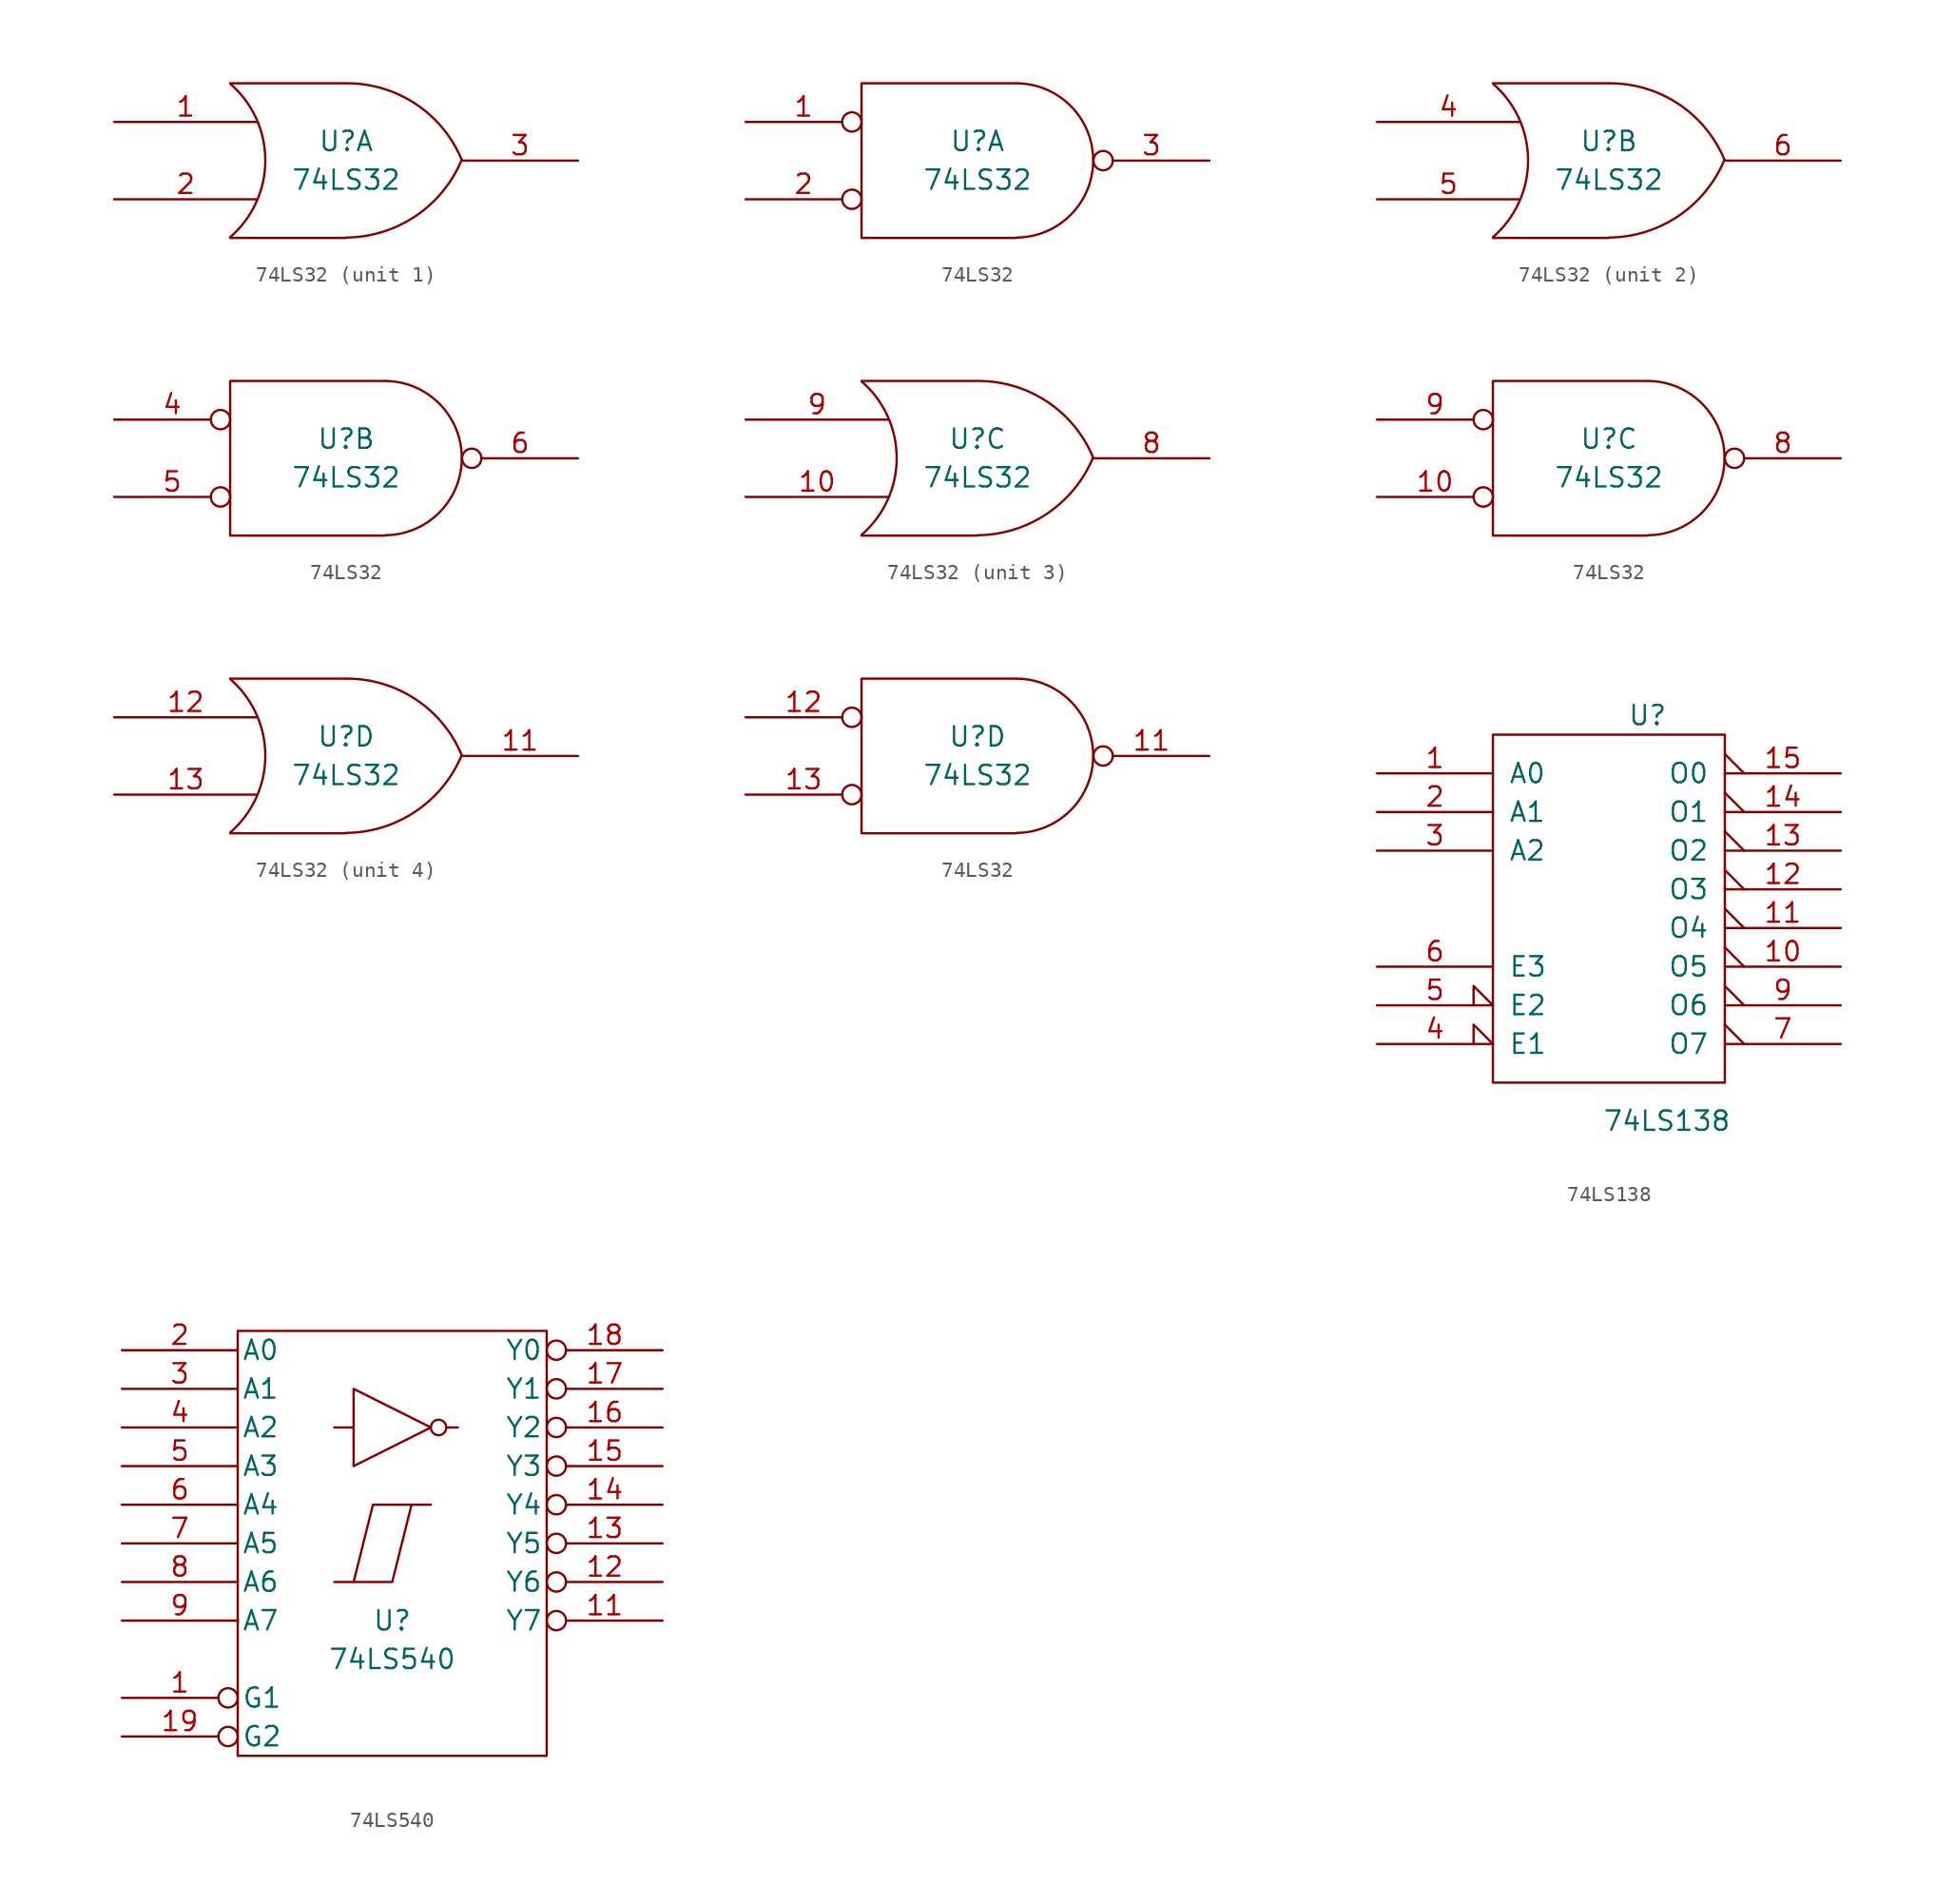
<source format=kicad_sym>
(kicad_symbol_lib
  (version 20220914)
  (generator kicad_symbol_editor)
  (symbol "74LS32"
    (pin_names
      (offset 0.762))
    (property "Reference" "U"
      (at 0 1.27 0)
      (effects (font (size 1.27 1.27))))
    (property "Value" "74LS32"
      (at 0 -1.27 0)
      (effects (font (size 1.27 1.27))))
    (property "Footprint" ""
      (at 0 0 0)
      (effects (font (size 1.27 1.27))))
    (property "Datasheet" ""
      (at 0 0 0)
      (effects (font (size 1.27 1.27))))
    (symbol "74LS32_0_0"
      (pin power_in line (at -5.08 5.08 90) (length 0) hide (name "VCC" (effects (font (size 1.016 1.016)))) (number "14" (effects (font (size 1.016 1.016)))))
      (pin power_in line (at -5.08 -5.08 90) (length 0) hide (name "GND" (effects (font (size 1.016 1.016)))) (number "7" (effects (font (size 1.016 1.016))))))
    (symbol "74LS32_0_1"
      (arc (start -7.62 -5.0292) (mid -5.3094 0.0082) (end -7.62 5.0546) (stroke (width 0) (type solid)) (fill (type none)))
      (arc (start 0 -5.0546) (mid 4.5632 -3.6449) (end 7.5946 0.0508) (stroke (width 0) (type solid)) (fill (type none)))
      (polyline (pts (xy -7.62 -5.08) (xy 0 -5.08)) (stroke (width 0) (type solid)) (fill (type none)))
      (polyline (pts (xy -7.62 5.08) (xy 0 5.08)) (stroke (width 0) (type solid)) (fill (type none)))
      (arc (start 7.62 0) (mid 4.6132 3.6946) (end 0.0508 5.08) (stroke (width 0) (type solid)) (fill (type none))))
    (symbol "74LS32_0_2"
      (polyline (pts (xy 2.54 5.08) (xy -7.62 5.08) (xy -7.62 -5.08) (xy 2.54 -5.08)) (stroke (width 0) (type solid)) (fill (type none)))
      (arc (start 2.5654 -5.0546) (mid 7.5947 0.0001) (end 2.5654 5.08) (stroke (width 0) (type solid)) (fill (type none))))
    (symbol "74LS32_1_1"
      (pin input line (at -15.24 2.54 0) (length 9.398) (name "~" (effects (font (size 1.27 1.27)))) (number "1" (effects (font (size 1.27 1.27)))))
      (pin input line (at -15.24 -2.54 0) (length 9.398) (name "~" (effects (font (size 1.27 1.27)))) (number "2" (effects (font (size 1.27 1.27)))))
      (pin output line (at 15.24 0 180) (length 7.62) (name "~" (effects (font (size 1.27 1.27)))) (number "3" (effects (font (size 1.27 1.27))))))
    (symbol "74LS32_1_2"
      (pin input inverted (at -15.24 2.54 0) (length 7.62) (name "~" (effects (font (size 1.27 1.27)))) (number "1" (effects (font (size 1.27 1.27)))))
      (pin input inverted (at -15.24 -2.54 0) (length 7.62) (name "~" (effects (font (size 1.27 1.27)))) (number "2" (effects (font (size 1.27 1.27)))))
      (pin output inverted (at 15.24 0 180) (length 7.62) (name "~" (effects (font (size 1.27 1.27)))) (number "3" (effects (font (size 1.27 1.27))))))
    (symbol "74LS32_2_1"
      (pin input line (at -15.24 2.54 0) (length 9.398) (name "~" (effects (font (size 1.27 1.27)))) (number "4" (effects (font (size 1.27 1.27)))))
      (pin input line (at -15.24 -2.54 0) (length 9.398) (name "~" (effects (font (size 1.27 1.27)))) (number "5" (effects (font (size 1.27 1.27)))))
      (pin output line (at 15.24 0 180) (length 7.62) (name "~" (effects (font (size 1.27 1.27)))) (number "6" (effects (font (size 1.27 1.27))))))
    (symbol "74LS32_2_2"
      (pin input inverted (at -15.24 2.54 0) (length 7.62) (name "~" (effects (font (size 1.27 1.27)))) (number "4" (effects (font (size 1.27 1.27)))))
      (pin input inverted (at -15.24 -2.54 0) (length 7.62) (name "~" (effects (font (size 1.27 1.27)))) (number "5" (effects (font (size 1.27 1.27)))))
      (pin output inverted (at 15.24 0 180) (length 7.62) (name "~" (effects (font (size 1.27 1.27)))) (number "6" (effects (font (size 1.27 1.27))))))
    (symbol "74LS32_3_1"
      (pin input line (at -15.24 -2.54 0) (length 9.398) (name "~" (effects (font (size 1.27 1.27)))) (number "10" (effects (font (size 1.27 1.27)))))
      (pin output line (at 15.24 0 180) (length 7.62) (name "~" (effects (font (size 1.27 1.27)))) (number "8" (effects (font (size 1.27 1.27)))))
      (pin input line (at -15.24 2.54 0) (length 9.398) (name "~" (effects (font (size 1.27 1.27)))) (number "9" (effects (font (size 1.27 1.27))))))
    (symbol "74LS32_3_2"
      (pin input inverted (at -15.24 -2.54 0) (length 7.62) (name "~" (effects (font (size 1.27 1.27)))) (number "10" (effects (font (size 1.27 1.27)))))
      (pin output inverted (at 15.24 0 180) (length 7.62) (name "~" (effects (font (size 1.27 1.27)))) (number "8" (effects (font (size 1.27 1.27)))))
      (pin input inverted (at -15.24 2.54 0) (length 7.62) (name "~" (effects (font (size 1.27 1.27)))) (number "9" (effects (font (size 1.27 1.27))))))
    (symbol "74LS32_4_1"
      (pin output line (at 15.24 0 180) (length 7.62) (name "~" (effects (font (size 1.27 1.27)))) (number "11" (effects (font (size 1.27 1.27)))))
      (pin input line (at -15.24 2.54 0) (length 9.398) (name "~" (effects (font (size 1.27 1.27)))) (number "12" (effects (font (size 1.27 1.27)))))
      (pin input line (at -15.24 -2.54 0) (length 9.398) (name "~" (effects (font (size 1.27 1.27)))) (number "13" (effects (font (size 1.27 1.27))))))
    (symbol "74LS32_4_2"
      (pin output inverted (at 15.24 0 180) (length 7.62) (name "~" (effects (font (size 1.27 1.27)))) (number "11" (effects (font (size 1.27 1.27)))))
      (pin input inverted (at -15.24 2.54 0) (length 7.62) (name "~" (effects (font (size 1.27 1.27)))) (number "12" (effects (font (size 1.27 1.27)))))
      (pin input inverted (at -15.24 -2.54 0) (length 7.62) (name "~" (effects (font (size 1.27 1.27)))) (number "13" (effects (font (size 1.27 1.27)))))))
  (symbol "74LS138"
    (pin_names
      (offset 1.016))
    (property "Reference" "U"
      (at 2.54 12.7 0)
      (effects (font (size 1.27 1.27))))
    (property "Value" "74LS138"
      (at 3.81 -13.945 0)
      (effects (font (size 1.27 1.27))))
    (property "Footprint" ""
      (at 0 0 0)
      (effects (font (size 1.27 1.27))))
    (property "Datasheet" ""
      (at 0 0 0)
      (effects (font (size 1.27 1.27))))
    (symbol "74LS138_0_1"
      (rectangle (start -7.62 11.43) (end 7.62 -11.43) (stroke (width 0) (type solid)) (fill (type none))))
    (symbol "74LS138_1_1"
      (pin input line (at -15.24 8.89 0) (length 7.62) (name "A0" (effects (font (size 1.27 1.27)))) (number "1" (effects (font (size 1.27 1.27)))))
      (pin output output_low (at 15.24 -3.81 180) (length 7.62) (name "O5" (effects (font (size 1.27 1.27)))) (number "10" (effects (font (size 1.27 1.27)))))
      (pin output output_low (at 15.24 -1.27 180) (length 7.62) (name "O4" (effects (font (size 1.27 1.27)))) (number "11" (effects (font (size 1.27 1.27)))))
      (pin output output_low (at 15.24 1.27 180) (length 7.62) (name "O3" (effects (font (size 1.27 1.27)))) (number "12" (effects (font (size 1.27 1.27)))))
      (pin output output_low (at 15.24 3.81 180) (length 7.62) (name "O2" (effects (font (size 1.27 1.27)))) (number "13" (effects (font (size 1.27 1.27)))))
      (pin output output_low (at 15.24 6.35 180) (length 7.62) (name "O1" (effects (font (size 1.27 1.27)))) (number "14" (effects (font (size 1.27 1.27)))))
      (pin output output_low (at 15.24 8.89 180) (length 7.62) (name "O0" (effects (font (size 1.27 1.27)))) (number "15" (effects (font (size 1.27 1.27)))))
      (pin power_in line (at 0 11.43 270) (length 0) hide (name "VCC" (effects (font (size 1.27 1.27)))) (number "16" (effects (font (size 1.27 1.27)))))
      (pin input line (at -15.24 6.35 0) (length 7.62) (name "A1" (effects (font (size 1.27 1.27)))) (number "2" (effects (font (size 1.27 1.27)))))
      (pin input line (at -15.24 3.81 0) (length 7.62) (name "A2" (effects (font (size 1.27 1.27)))) (number "3" (effects (font (size 1.27 1.27)))))
      (pin input input_low (at -15.24 -8.89 0) (length 7.62) (name "E1" (effects (font (size 1.27 1.27)))) (number "4" (effects (font (size 1.27 1.27)))))
      (pin input input_low (at -15.24 -6.35 0) (length 7.62) (name "E2" (effects (font (size 1.27 1.27)))) (number "5" (effects (font (size 1.27 1.27)))))
      (pin input line (at -15.24 -3.81 0) (length 7.62) (name "E3" (effects (font (size 1.27 1.27)))) (number "6" (effects (font (size 1.27 1.27)))))
      (pin output output_low (at 15.24 -8.89 180) (length 7.62) (name "O7" (effects (font (size 1.27 1.27)))) (number "7" (effects (font (size 1.27 1.27)))))
      (pin power_in line (at 0 -11.43 90) (length 0) hide (name "GND" (effects (font (size 1.27 1.27)))) (number "8" (effects (font (size 1.27 1.27)))))
      (pin output output_low (at 15.24 -6.35 180) (length 7.62) (name "O6" (effects (font (size 1.27 1.27)))) (number "9" (effects (font (size 1.27 1.27)))))))
  (symbol "74LS540"
    (pin_names
      (offset 0.254))
    (property "Reference" "U"
      (at 0 -5.08 0)
      (effects (font (size 1.27 1.27))))
    (property "Value" "74LS540"
      (at 0 -7.62 0)
      (effects (font (size 1.27 1.27))))
    (property "Footprint" ""
      (at 0 0 0)
      (effects (font (size 1.27 1.27))))
    (property "Datasheet" ""
      (at 0 0 0)
      (effects (font (size 1.27 1.27))))
    (symbol "74LS540_0_0"
      (pin power_in line (at -7.62 -13.97 90) (length 0) hide (name "GND" (effects (font (size 1.27 1.27)))) (number "10" (effects (font (size 1.27 1.27)))))
      (pin power_in line (at -7.62 13.97 90) (length 0) hide (name "VCC" (effects (font (size 1.27 1.27)))) (number "20" (effects (font (size 1.27 1.27))))))
    (symbol "74LS540_0_1"
      (rectangle (start -10.16 13.97) (end 10.16 -13.97) (stroke (width 0) (type solid)) (fill (type none)))
      (polyline (pts (xy -2.54 7.62) (xy -3.81 7.62)) (stroke (width 0) (type solid)) (fill (type none)))
      (polyline (pts (xy 3.556 7.62) (xy 4.318 7.62)) (stroke (width 0) (type solid)) (fill (type none)))
      (polyline (pts (xy 1.27 2.54) (xy 0 -2.54) (xy -2.54 -2.54)) (stroke (width 0) (type solid)) (fill (type none)))
      (polyline (pts (xy -2.54 10.16) (xy -2.54 5.08) (xy 2.54 7.62) (xy -2.54 10.16)) (stroke (width 0) (type solid)) (fill (type none)))
      (polyline (pts (xy 2.54 2.54) (xy -1.27 2.54) (xy -2.54 -2.54) (xy -3.81 -2.54)) (stroke (width 0) (type solid)) (fill (type none)))
      (circle (center 3.048 7.62) (radius 0.508) (stroke (width 0) (type solid)) (fill (type none))))
    (symbol "74LS540_1_1"
      (pin input inverted (at -17.78 -10.16 0) (length 7.62) (name "G1" (effects (font (size 1.27 1.27)))) (number "1" (effects (font (size 1.27 1.27)))))
      (pin tri_state inverted (at 17.78 -5.08 180) (length 7.62) (name "Y7" (effects (font (size 1.27 1.27)))) (number "11" (effects (font (size 1.27 1.27)))))
      (pin tri_state inverted (at 17.78 -2.54 180) (length 7.62) (name "Y6" (effects (font (size 1.27 1.27)))) (number "12" (effects (font (size 1.27 1.27)))))
      (pin tri_state inverted (at 17.78 0 180) (length 7.62) (name "Y5" (effects (font (size 1.27 1.27)))) (number "13" (effects (font (size 1.27 1.27)))))
      (pin tri_state inverted (at 17.78 2.54 180) (length 7.62) (name "Y4" (effects (font (size 1.27 1.27)))) (number "14" (effects (font (size 1.27 1.27)))))
      (pin tri_state inverted (at 17.78 5.08 180) (length 7.62) (name "Y3" (effects (font (size 1.27 1.27)))) (number "15" (effects (font (size 1.27 1.27)))))
      (pin tri_state inverted (at 17.78 7.62 180) (length 7.62) (name "Y2" (effects (font (size 1.27 1.27)))) (number "16" (effects (font (size 1.27 1.27)))))
      (pin tri_state inverted (at 17.78 10.16 180) (length 7.62) (name "Y1" (effects (font (size 1.27 1.27)))) (number "17" (effects (font (size 1.27 1.27)))))
      (pin tri_state inverted (at 17.78 12.7 180) (length 7.62) (name "Y0" (effects (font (size 1.27 1.27)))) (number "18" (effects (font (size 1.27 1.27)))))
      (pin input inverted (at -17.78 -12.7 0) (length 7.62) (name "G2" (effects (font (size 1.27 1.27)))) (number "19" (effects (font (size 1.27 1.27)))))
      (pin input line (at -17.78 12.7 0) (length 7.62) (name "A0" (effects (font (size 1.27 1.27)))) (number "2" (effects (font (size 1.27 1.27)))))
      (pin input line (at -17.78 10.16 0) (length 7.62) (name "A1" (effects (font (size 1.27 1.27)))) (number "3" (effects (font (size 1.27 1.27)))))
      (pin input line (at -17.78 7.62 0) (length 7.62) (name "A2" (effects (font (size 1.27 1.27)))) (number "4" (effects (font (size 1.27 1.27)))))
      (pin input line (at -17.78 5.08 0) (length 7.62) (name "A3" (effects (font (size 1.27 1.27)))) (number "5" (effects (font (size 1.27 1.27)))))
      (pin input line (at -17.78 2.54 0) (length 7.62) (name "A4" (effects (font (size 1.27 1.27)))) (number "6" (effects (font (size 1.27 1.27)))))
      (pin input line (at -17.78 0 0) (length 7.62) (name "A5" (effects (font (size 1.27 1.27)))) (number "7" (effects (font (size 1.27 1.27)))))
      (pin input line (at -17.78 -2.54 0) (length 7.62) (name "A6" (effects (font (size 1.27 1.27)))) (number "8" (effects (font (size 1.27 1.27)))))
      (pin input line (at -17.78 -5.08 0) (length 7.62) (name "A7" (effects (font (size 1.27 1.27)))) (number "9" (effects (font (size 1.27 1.27))))))))
</source>
